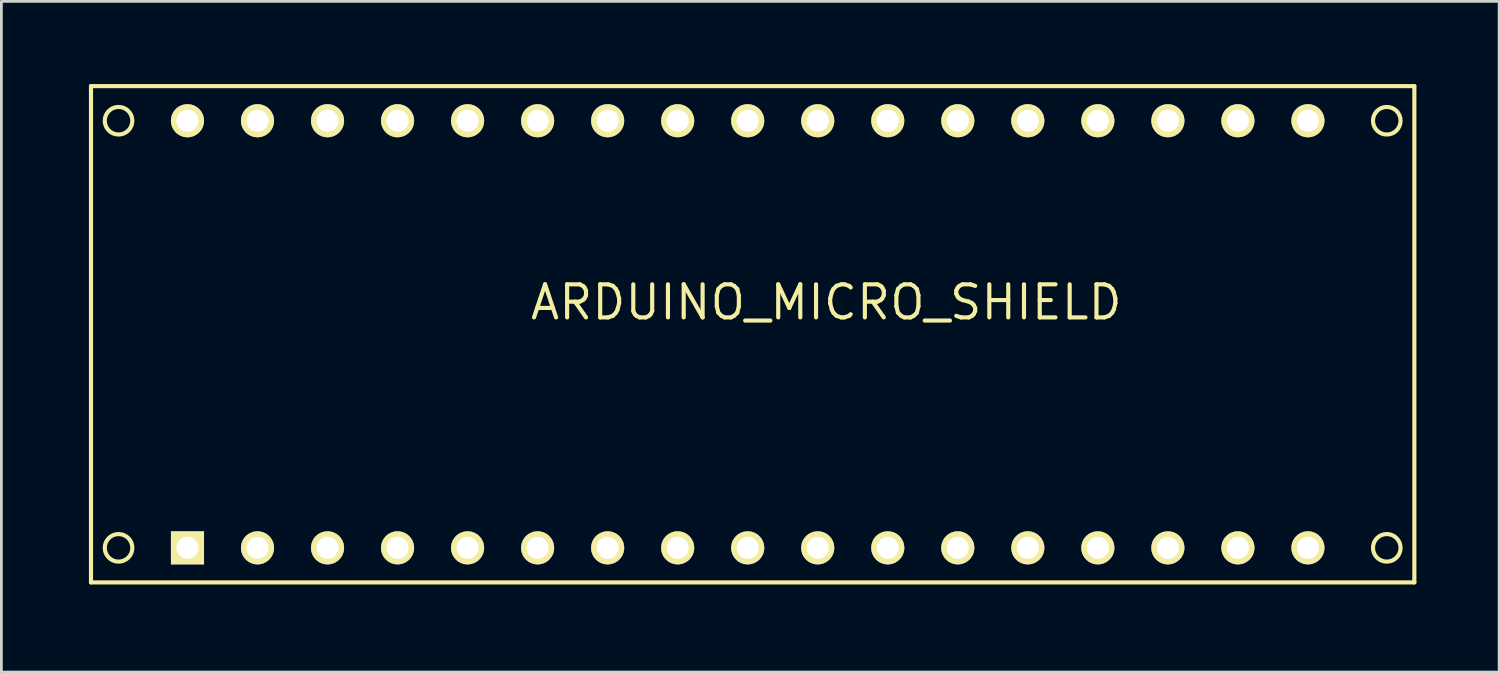
<source format=kicad_pcb>
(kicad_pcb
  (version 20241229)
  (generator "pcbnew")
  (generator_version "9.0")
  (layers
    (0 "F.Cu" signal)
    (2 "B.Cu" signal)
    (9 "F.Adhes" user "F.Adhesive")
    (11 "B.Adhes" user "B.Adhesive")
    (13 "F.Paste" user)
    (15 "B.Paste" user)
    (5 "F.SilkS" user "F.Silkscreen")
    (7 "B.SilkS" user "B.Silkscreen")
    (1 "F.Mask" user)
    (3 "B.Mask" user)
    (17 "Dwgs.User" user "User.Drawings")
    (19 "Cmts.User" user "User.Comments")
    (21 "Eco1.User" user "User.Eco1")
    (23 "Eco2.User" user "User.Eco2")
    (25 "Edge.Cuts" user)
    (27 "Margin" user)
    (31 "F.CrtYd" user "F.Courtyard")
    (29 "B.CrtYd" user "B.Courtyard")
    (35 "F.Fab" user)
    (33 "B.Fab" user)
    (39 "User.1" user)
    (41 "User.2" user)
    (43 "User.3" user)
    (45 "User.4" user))
  (footprint "ARDUINO_MICRO_SHIELD"
    (layer "F.Cu")
    (at 0.25 18.075)
    (property "Reference" "ARDUINO_MICRO_SHIELD" (at 26.67 -10.16 0) (layer "F.SilkS") (effects (font (size 1.2 1.2) (thickness 0.15))))
    (attr through_hole)
    (fp_line (start 0 -18) (end 48 -18) (stroke (width 0.15) (type solid)) (layer "F.SilkS"))
    (fp_line (start 0 0) (end 0 -18) (stroke (width 0.15) (type solid)) (layer "F.SilkS"))
    (fp_line (start 48 -18) (end 48 0) (stroke (width 0.15) (type solid)) (layer "F.SilkS"))
    (fp_line (start 48 0) (end 0 0) (stroke (width 0.15) (type solid)) (layer "F.SilkS"))
    (fp_circle (center 1 -16.746) (end 1.5 -16.746) (stroke (width 0.15) (type solid)) (fill no) (layer "F.SilkS"))
    (fp_circle (center 1 -1.254) (end 1.5 -1.254) (stroke (width 0.15) (type solid)) (fill no) (layer "F.SilkS"))
    (fp_circle (center 47 -16.746) (end 47.5 -16.746) (stroke (width 0.15) (type solid)) (fill no) (layer "F.SilkS"))
    (fp_circle (center 47 -1.254) (end 47.5 -1.254) (stroke (width 0.15) (type solid)) (fill no) (layer "F.SilkS"))
    (pad "2" thru_hole circle (at 18.74 -1.254) (size 1.2 1.2) (drill 0.8) (layers "*.Cu" "*.Mask" "F.SilkS"))
    (pad "3" thru_hole circle (at 21.28 -1.254) (size 1.2 1.2) (drill 0.8) (layers "*.Cu" "*.Mask" "F.SilkS"))
    (pad "3.3V" thru_hole circle (at 41.6 -16.746) (size 1.2 1.2) (drill 0.8) (layers "*.Cu" "*.Mask" "F.SilkS"))
    (pad "4" thru_hole circle (at 23.82 -1.254) (size 1.2 1.2) (drill 0.8) (layers "*.Cu" "*.Mask" "F.SilkS"))
    (pad "5" thru_hole circle (at 26.36 -1.254) (size 1.2 1.2) (drill 0.8) (layers "*.Cu" "*.Mask" "F.SilkS"))
    (pad "5V" thru_hole circle (at 16.2 -16.746) (size 1.2 1.2) (drill 0.8) (layers "*.Cu" "*.Mask" "F.SilkS"))
    (pad "6" thru_hole circle (at 28.9 -1.254) (size 1.2 1.2) (drill 0.8) (layers "*.Cu" "*.Mask" "F.SilkS"))
    (pad "7" thru_hole circle (at 31.44 -1.254) (size 1.2 1.2) (drill 0.8) (layers "*.Cu" "*.Mask" "F.SilkS"))
    (pad "8" thru_hole circle (at 33.98 -1.254) (size 1.2 1.2) (drill 0.8) (layers "*.Cu" "*.Mask" "F.SilkS"))
    (pad "9" thru_hole circle (at 36.52 -1.254) (size 1.2 1.2) (drill 0.8) (layers "*.Cu" "*.Mask" "F.SilkS"))
    (pad "10" thru_hole circle (at 39.06 -1.254) (size 1.2 1.2) (drill 0.8) (layers "*.Cu" "*.Mask" "F.SilkS"))
    (pad "11" thru_hole circle (at 41.6 -1.254) (size 1.2 1.2) (drill 0.8) (layers "*.Cu" "*.Mask" "F.SilkS"))
    (pad "12" thru_hole circle (at 44.14 -1.254) (size 1.2 1.2) (drill 0.8) (layers "*.Cu" "*.Mask" "F.SilkS"))
    (pad "13" thru_hole circle (at 44.14 -16.746) (size 1.2 1.2) (drill 0.8) (layers "*.Cu" "*.Mask" "F.SilkS"))
    (pad "A0" thru_hole circle (at 36.52 -16.746) (size 1.2 1.2) (drill 0.8) (layers "*.Cu" "*.Mask" "F.SilkS"))
    (pad "A1" thru_hole circle (at 33.98 -16.746) (size 1.2 1.2) (drill 0.8) (layers "*.Cu" "*.Mask" "F.SilkS"))
    (pad "A2" thru_hole circle (at 31.44 -16.746) (size 1.2 1.2) (drill 0.8) (layers "*.Cu" "*.Mask" "F.SilkS"))
    (pad "A3" thru_hole circle (at 28.9 -16.746) (size 1.2 1.2) (drill 0.8) (layers "*.Cu" "*.Mask" "F.SilkS"))
    (pad "A4" thru_hole circle (at 26.36 -16.746) (size 1.2 1.2) (drill 0.8) (layers "*.Cu" "*.Mask" "F.SilkS"))
    (pad "A5" thru_hole circle (at 23.82 -16.746) (size 1.2 1.2) (drill 0.8) (layers "*.Cu" "*.Mask" "F.SilkS"))
    (pad "AREF" thru_hole circle (at 39.06 -16.746) (size 1.2 1.2) (drill 0.8) (layers "*.Cu" "*.Mask" "F.SilkS"))
    (pad "GND" thru_hole circle (at 11.12 -16.746) (size 1.2 1.2) (drill 0.8) (layers "*.Cu" "*.Mask" "F.SilkS"))
    (pad "GND" thru_hole circle (at 16.2 -1.254) (size 1.2 1.2) (drill 0.8) (layers "*.Cu" "*.Mask" "F.SilkS"))
    (pad "MI" thru_hole circle (at 6.04 -16.746) (size 1.2 1.2) (drill 0.8) (layers "*.Cu" "*.Mask" "F.SilkS"))
    (pad "MO" thru_hole rect (at 3.5 -1.254) (size 1.2 1.2) (drill 0.8) (layers "*.Cu" "*.Mask" "F.SilkS"))
    (pad "NC" thru_hole circle (at 18.74 -16.746) (size 1.2 1.2) (drill 0.8) (layers "*.Cu" "*.Mask" "F.SilkS"))
    (pad "NC" thru_hole circle (at 21.28 -16.746) (size 1.2 1.2) (drill 0.8) (layers "*.Cu" "*.Mask" "F.SilkS"))
    (pad "RST" thru_hole circle (at 13.66 -16.746) (size 1.2 1.2) (drill 0.8) (layers "*.Cu" "*.Mask" "F.SilkS"))
    (pad "RST" thru_hole circle (at 13.66 -1.254) (size 1.2 1.2) (drill 0.8) (layers "*.Cu" "*.Mask" "F.SilkS"))
    (pad "RX" thru_hole circle (at 11.12 -1.254) (size 1.2 1.2) (drill 0.8) (layers "*.Cu" "*.Mask" "F.SilkS"))
    (pad "SCK" thru_hole circle (at 3.5 -16.746) (size 1.2 1.2) (drill 0.8) (layers "*.Cu" "*.Mask" "F.SilkS"))
    (pad "SS" thru_hole circle (at 6.04 -1.254) (size 1.2 1.2) (drill 0.8) (layers "*.Cu" "*.Mask" "F.SilkS"))
    (pad "TX" thru_hole circle (at 8.58 -1.254) (size 1.2 1.2) (drill 0.8) (layers "*.Cu" "*.Mask" "F.SilkS"))
    (pad "VI" thru_hole circle (at 8.58 -16.746) (size 1.2 1.2) (drill 0.8) (layers "*.Cu" "*.Mask" "F.SilkS")))
  (gr_rect
    (start -3 -3)
    (end 51.325 21.325)
    (stroke (width 0.1) (type default))
    (fill no)
    (layer "Edge.Cuts")))
</source>
